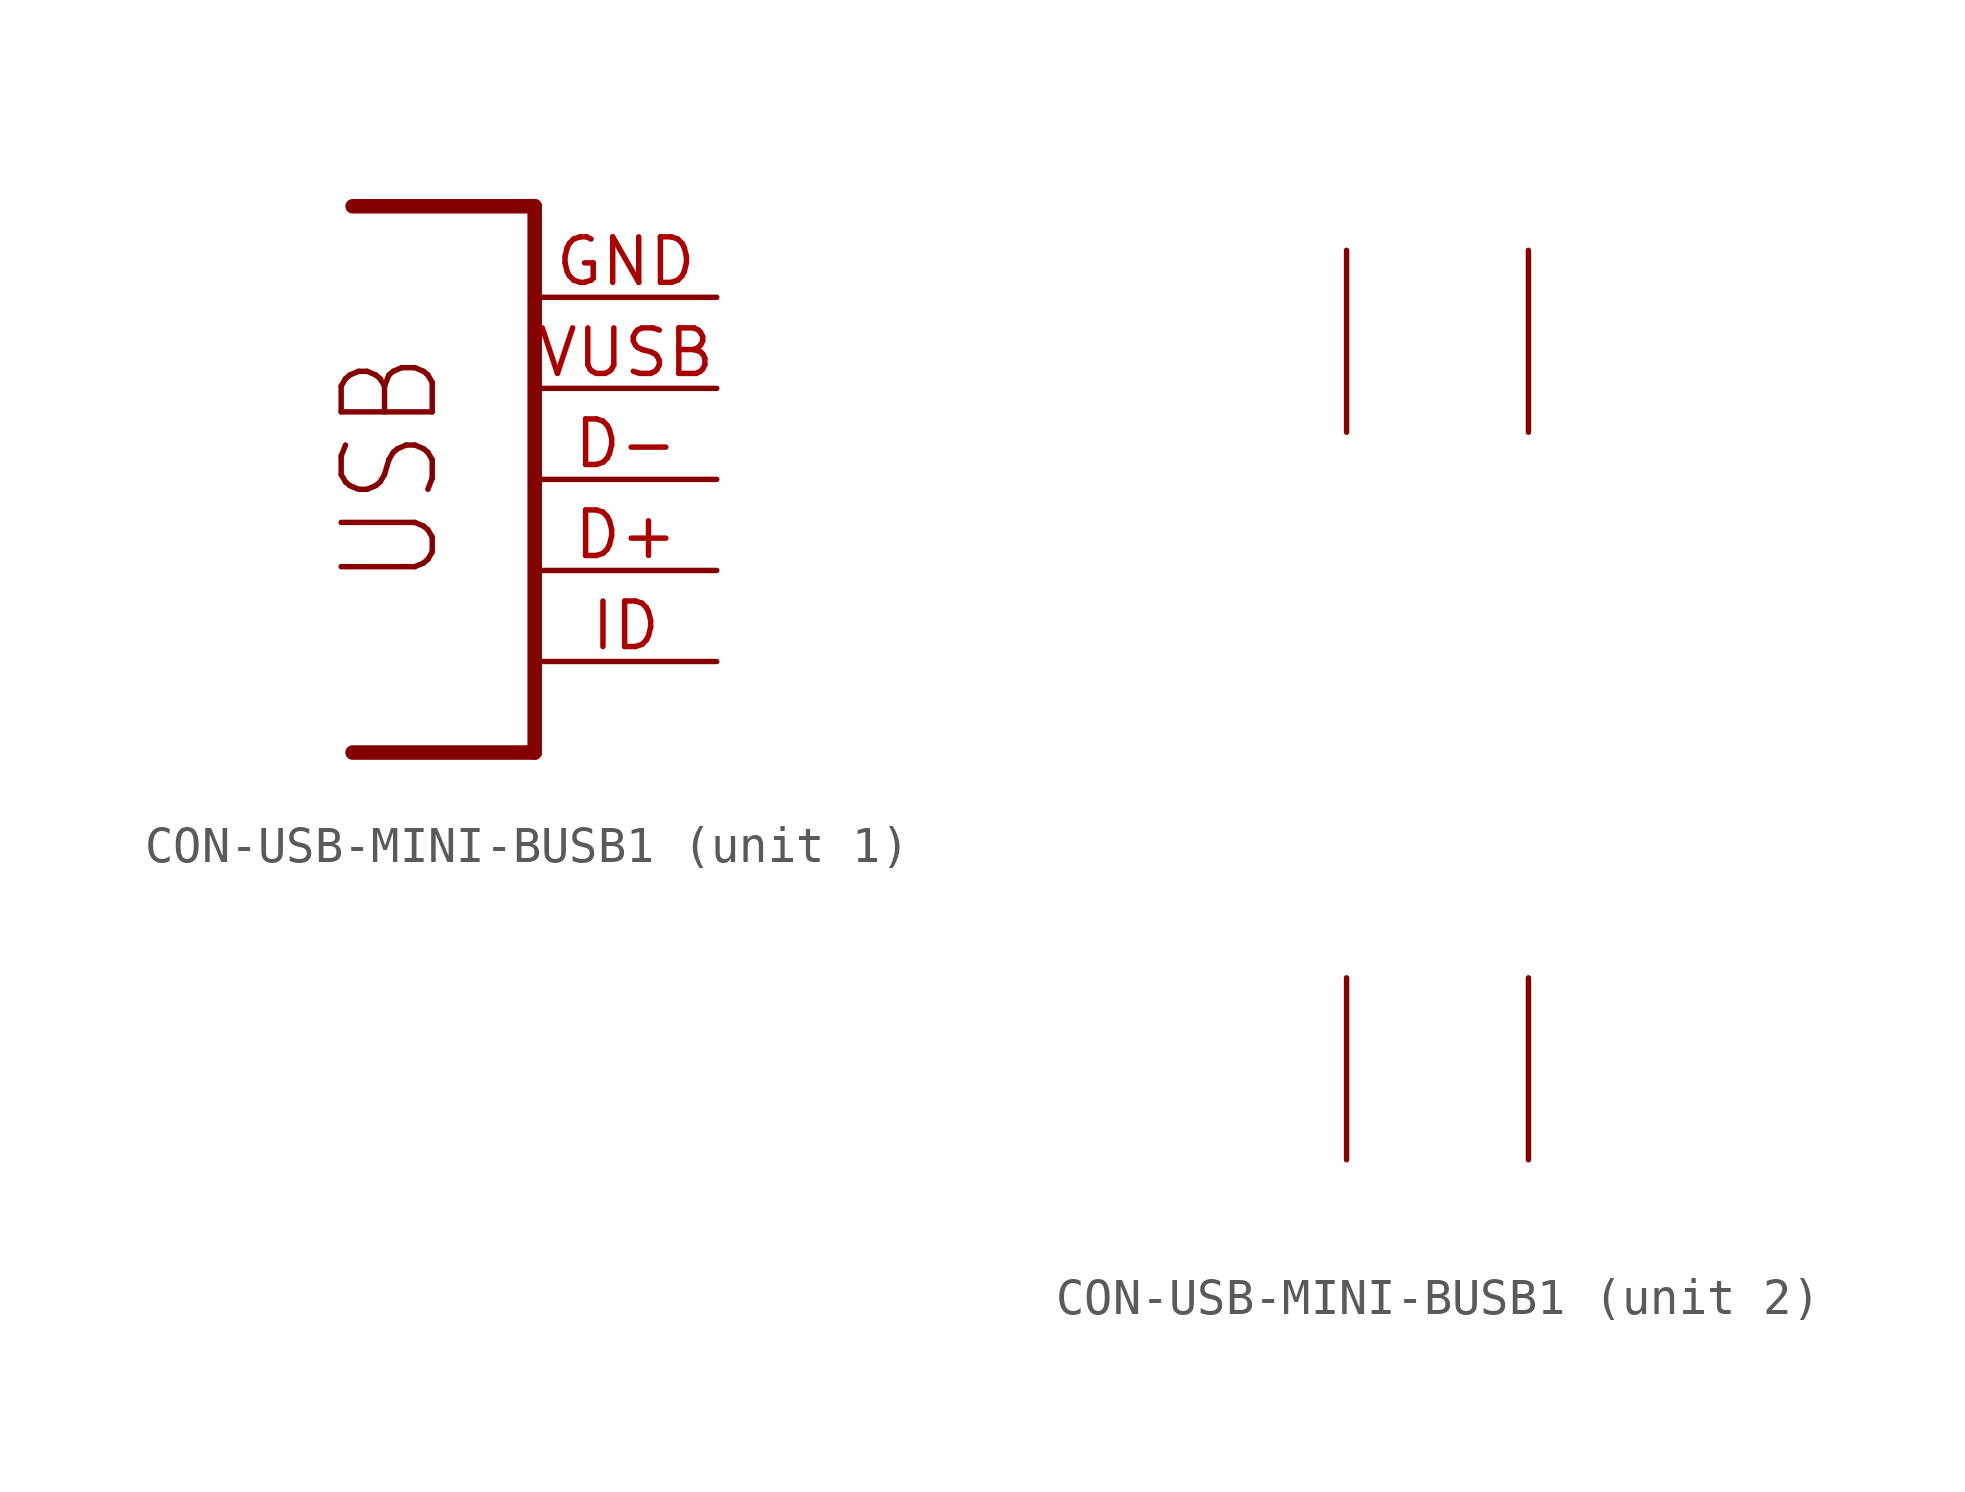
<source format=kicad_sym>
(kicad_symbol_lib
  (version 20220914)
  (generator kicad_symbol_editor)
  (symbol "CON-USB-MINI-BUSB1"
    (property "Reference" "USB"
      (at 0 0 0)
      (effects (font (size 1.27 1.27)) hide))
    (property "ki_locked" ""
      (at 0 0 0)
      (effects (font (size 1.27 1.27))))
    (symbol "CON-USB-MINI-BUSB1_1_0"
      (polyline (pts (xy -5.08 7.62) (xy 0 7.62)) (stroke (width 0.406) (type solid)) (fill (type none)))
      (polyline (pts (xy 0 -7.62) (xy -5.08 -7.62)) (stroke (width 0.406) (type solid)) (fill (type none)))
      (polyline (pts (xy 0 7.62) (xy 0 -7.62)) (stroke (width 0.406) (type solid)) (fill (type none)))
      (text "USB" (at -2.54 -3.048 900) (effects (font (size 2.54 2.159)) (justify left bottom)))
      (pin bidirectional line (at 5.08 -2.54 180) (length 5.08) (name "D+" (effects (font (size 0 0)))) (number "D+" (effects (font (size 1.27 1.27)))))
      (pin bidirectional line (at 5.08 0 180) (length 5.08) (name "D-" (effects (font (size 0 0)))) (number "D-" (effects (font (size 1.27 1.27)))))
      (pin bidirectional line (at 5.08 5.08 180) (length 5.08) (name "GND" (effects (font (size 0 0)))) (number "GND" (effects (font (size 1.27 1.27)))))
      (pin bidirectional line (at 5.08 -5.08 180) (length 5.08) (name "USBID" (effects (font (size 0 0)))) (number "ID" (effects (font (size 1.27 1.27)))))
      (pin bidirectional line (at 5.08 2.54 180) (length 5.08) (name "VUSB" (effects (font (size 0 0)))) (number "VUSB" (effects (font (size 1.27 1.27))))))
    (symbol "CON-USB-MINI-BUSB1_2_0"
      (pin tri_state line (at 0 -12.7 90) (length 5.08) (name "BODY@1" (effects (font (size 0 0)))) (number "BODY@1" (effects (font (size 0 0)))))
      (pin tri_state line (at 5.08 -12.7 90) (length 5.08) (name "BODY@2" (effects (font (size 0 0)))) (number "BODY@2" (effects (font (size 0 0)))))
      (pin tri_state line (at 5.08 12.7 270) (length 5.08) (name "BODY@3" (effects (font (size 0 0)))) (number "BODY@3" (effects (font (size 0 0)))))
      (pin tri_state line (at 0 12.7 270) (length 5.08) (name "BODY@4" (effects (font (size 0 0)))) (number "BODY@4" (effects (font (size 0 0))))))))
</source>
